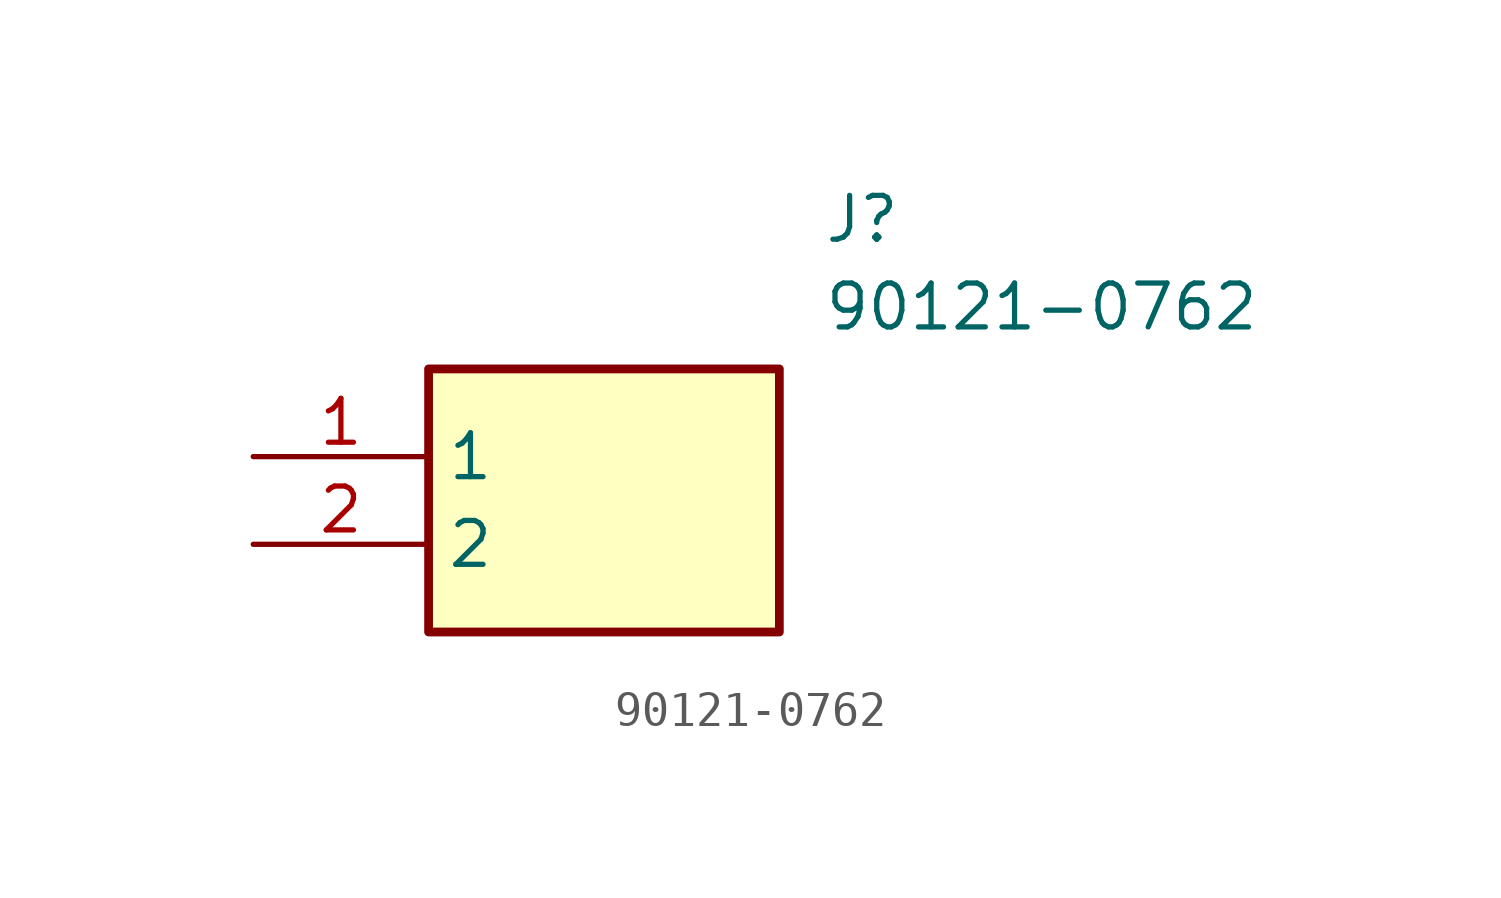
<source format=kicad_sym>
(kicad_symbol_lib
  (version 20211014)
  (generator SamacSys_ECAD_Model)
  (symbol "90121-0762"
    (property "Reference" "J"
      (at 16.51 7.62 0)
      (effects (font (size 1.27 1.27)) (justify left top)))
    (property "Value" "90121-0762"
      (at 16.51 5.08 0)
      (effects (font (size 1.27 1.27)) (justify left top)))
    (rectangle
      (start 5.08 2.54)
      (end 15.24 -5.08)
      (stroke (width 0.254) (type default))
      (fill (type background)))
    (pin passive line
      (at 0 0 0)
      (length 5.08)
      (name "1" (effects (font (size 1.27 1.27))))
      (number "1" (effects (font (size 1.27 1.27)))))
    (pin passive line
      (at 0 -2.54 0)
      (length 5.08)
      (name "2" (effects (font (size 1.27 1.27))))
      (number "2" (effects (font (size 1.27 1.27)))))))
</source>
